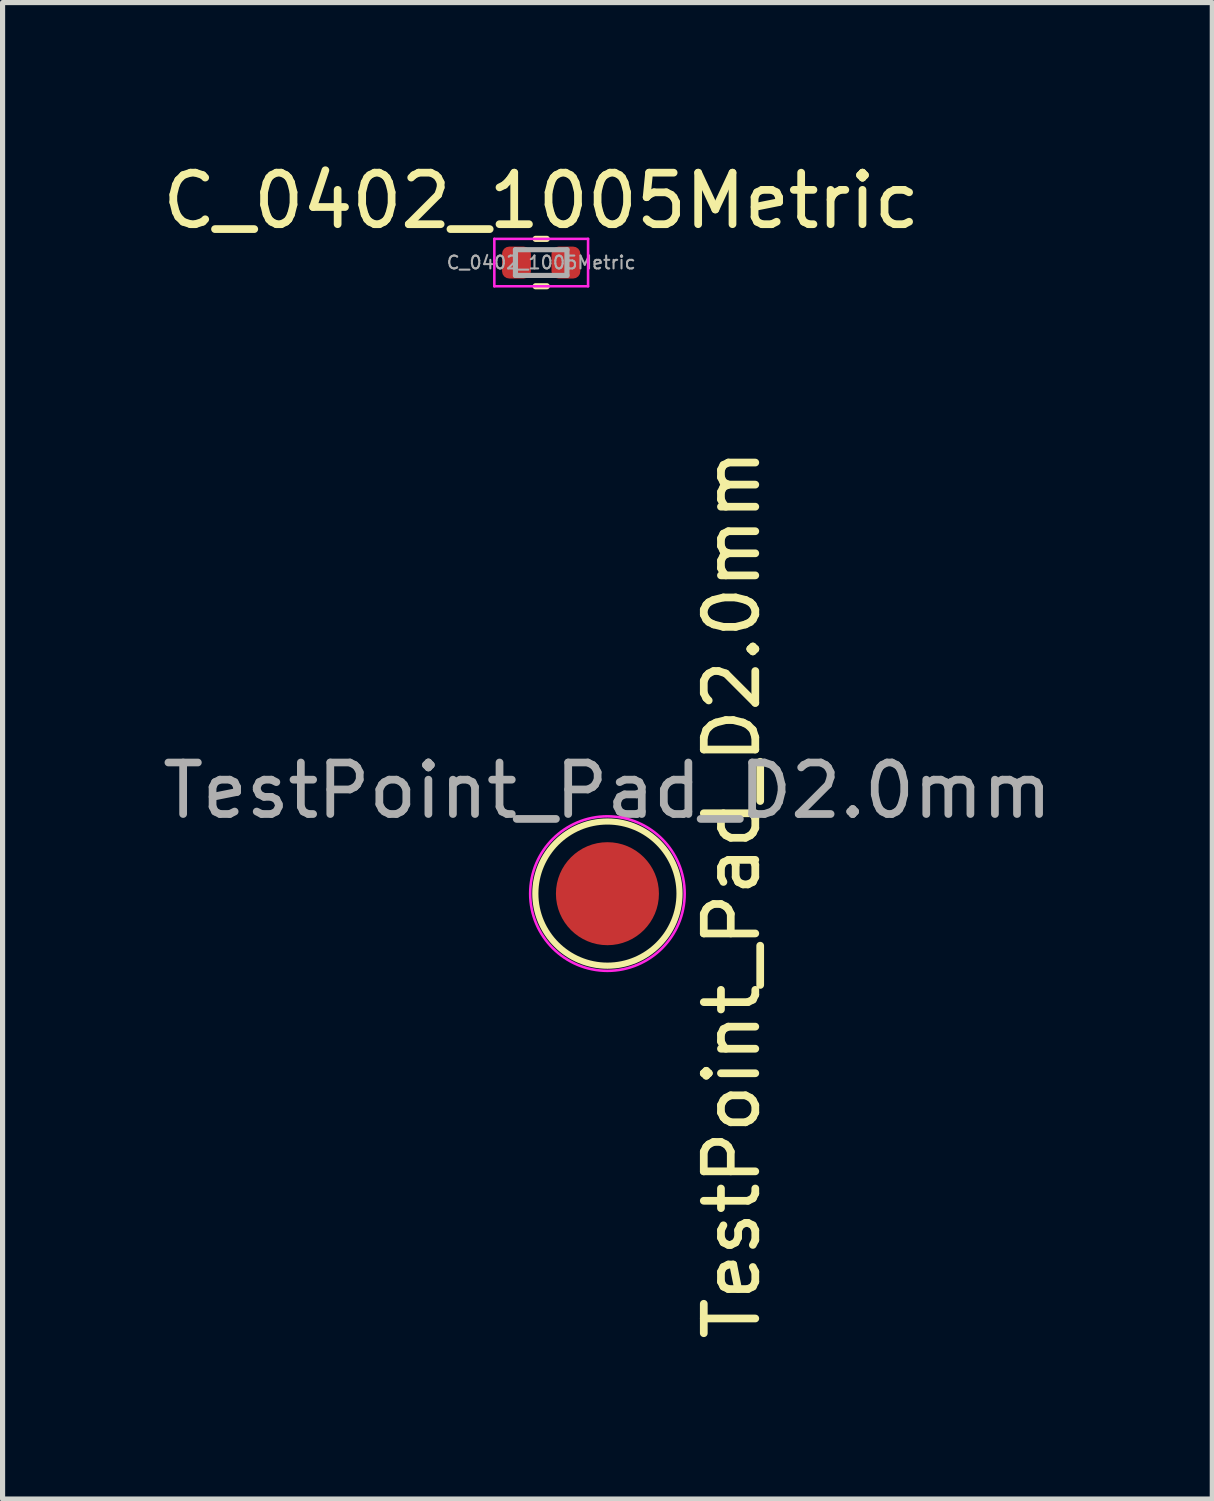
<source format=kicad_pcb>
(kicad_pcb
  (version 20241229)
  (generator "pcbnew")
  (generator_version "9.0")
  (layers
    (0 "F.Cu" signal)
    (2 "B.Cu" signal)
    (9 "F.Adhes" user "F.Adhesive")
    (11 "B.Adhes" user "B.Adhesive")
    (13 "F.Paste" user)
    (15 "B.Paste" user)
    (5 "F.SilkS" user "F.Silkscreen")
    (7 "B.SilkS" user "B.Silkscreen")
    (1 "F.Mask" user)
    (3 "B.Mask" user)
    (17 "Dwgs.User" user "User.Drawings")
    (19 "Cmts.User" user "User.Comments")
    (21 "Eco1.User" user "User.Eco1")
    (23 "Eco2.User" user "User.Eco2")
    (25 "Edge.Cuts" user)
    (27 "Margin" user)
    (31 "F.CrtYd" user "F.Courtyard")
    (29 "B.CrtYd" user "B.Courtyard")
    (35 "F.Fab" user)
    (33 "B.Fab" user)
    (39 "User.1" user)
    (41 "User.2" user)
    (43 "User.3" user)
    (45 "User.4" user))
  (footprint "C_0402_1005Metric"
    (layer "F.Cu")
    (at 7.458 2.048)
    (property "Reference" "C_0402_1005Metric" (at 0 -1.2 180) (layer "F.SilkS") (effects (font (size 1 1) (thickness 0.15))))
    (attr smd)
    (fp_line (start -0.108 -0.46) (end 0.108 -0.46) (stroke (width 0.12) (type solid)) (layer "F.SilkS"))
    (fp_line (start -0.108 0.46) (end 0.108 0.46) (stroke (width 0.12) (type solid)) (layer "F.SilkS"))
    (fp_line (start -0.91 -0.46) (end 0.91 -0.46) (stroke (width 0.05) (type solid)) (layer "F.CrtYd"))
    (fp_line (start -0.91 0.46) (end -0.91 -0.46) (stroke (width 0.05) (type solid)) (layer "F.CrtYd"))
    (fp_line (start 0.91 -0.46) (end 0.91 0.46) (stroke (width 0.05) (type solid)) (layer "F.CrtYd"))
    (fp_line (start 0.91 0.46) (end -0.91 0.46) (stroke (width 0.05) (type solid)) (layer "F.CrtYd"))
    (fp_line (start -0.5 -0.25) (end 0.5 -0.25) (stroke (width 0.1) (type solid)) (layer "F.Fab"))
    (fp_line (start -0.5 0.25) (end -0.5 -0.25) (stroke (width 0.1) (type solid)) (layer "F.Fab"))
    (fp_line (start 0.5 -0.25) (end 0.5 0.25) (stroke (width 0.1) (type solid)) (layer "F.Fab"))
    (fp_line (start 0.5 0.25) (end -0.5 0.25) (stroke (width 0.1) (type solid)) (layer "F.Fab"))
    (fp_text user "${REFERENCE}" (at 0 0 180) (layer "F.Fab") (effects (font (size 0.25 0.25) (thickness 0.04))))
    (pad "1" smd roundrect (at -0.48 0) (size 0.56 0.62) (layers "F.Cu" "F.Mask" "F.Paste") (roundrect_rratio 0.25))
    (pad "2" smd roundrect (at 0.48 0) (size 0.56 0.62) (layers "F.Cu" "F.Mask" "F.Paste") (roundrect_rratio 0.25)))
  (footprint "TestPoint_Pad_D2.0mm"
    (layer "F.Cu")
    (at 8.744 14.3)
    (property "Reference" "TestPoint_Pad_D2.0mm" (at 2.416 0.012 270) (layer "F.SilkS") (effects (font (size 1 1) (thickness 0.15))))
    (attr exclude_from_pos_files)
    (fp_circle (center 0 0) (end 1.4 0) (stroke (width 0.12) (type solid)) (fill no) (layer "F.SilkS"))
    (fp_circle (center 0 0) (end 1.5 0) (stroke (width 0.05) (type solid)) (fill no) (layer "F.CrtYd"))
    (fp_text user "${REFERENCE}" (at 0 -2 0) (layer "F.Fab") (effects (font (size 1 1) (thickness 0.15))))
    (pad "1" smd circle (at 0 0.002) (size 2 2) (layers "F.Cu" "F.Mask")))
  (gr_rect
    (start -3 -3)
    (end 20.488 26.056)
    (stroke (width 0.1) (type default))
    (fill no)
    (layer "Edge.Cuts")))
</source>
